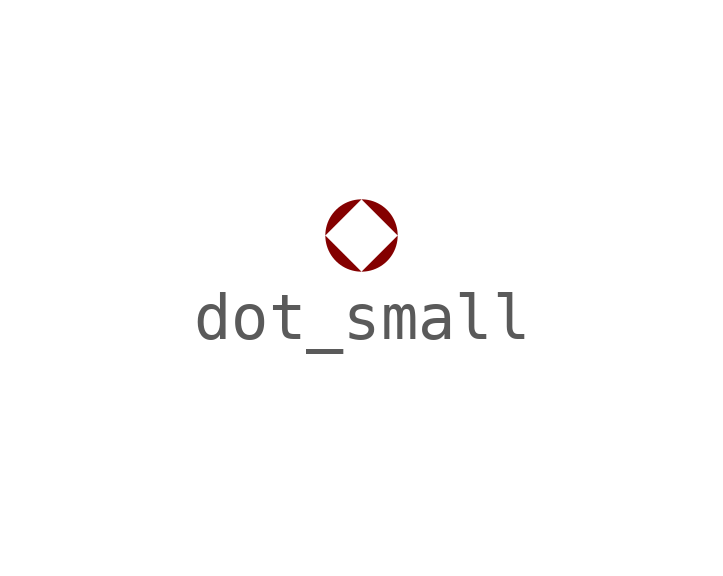
<source format=kicad_sym>
(kicad_symbol_lib
  (version 20211014)
  (generator kicad_symbol_editor)
  (symbol "dot_small"
    (pin_numbers hide)
    (pin_names
      (offset 0) hide)
    (property "Reference" "#SIM"
      (at 0 0 0)
      (effects (font (size 1.27 1.27)) hide))
    (symbol "dot_small_0_1"
      (circle (center 0 0) (radius 0.0001) (stroke (width 1.5) (type default) (color 0 0 0 0)) (fill (type outline))))))
</source>
